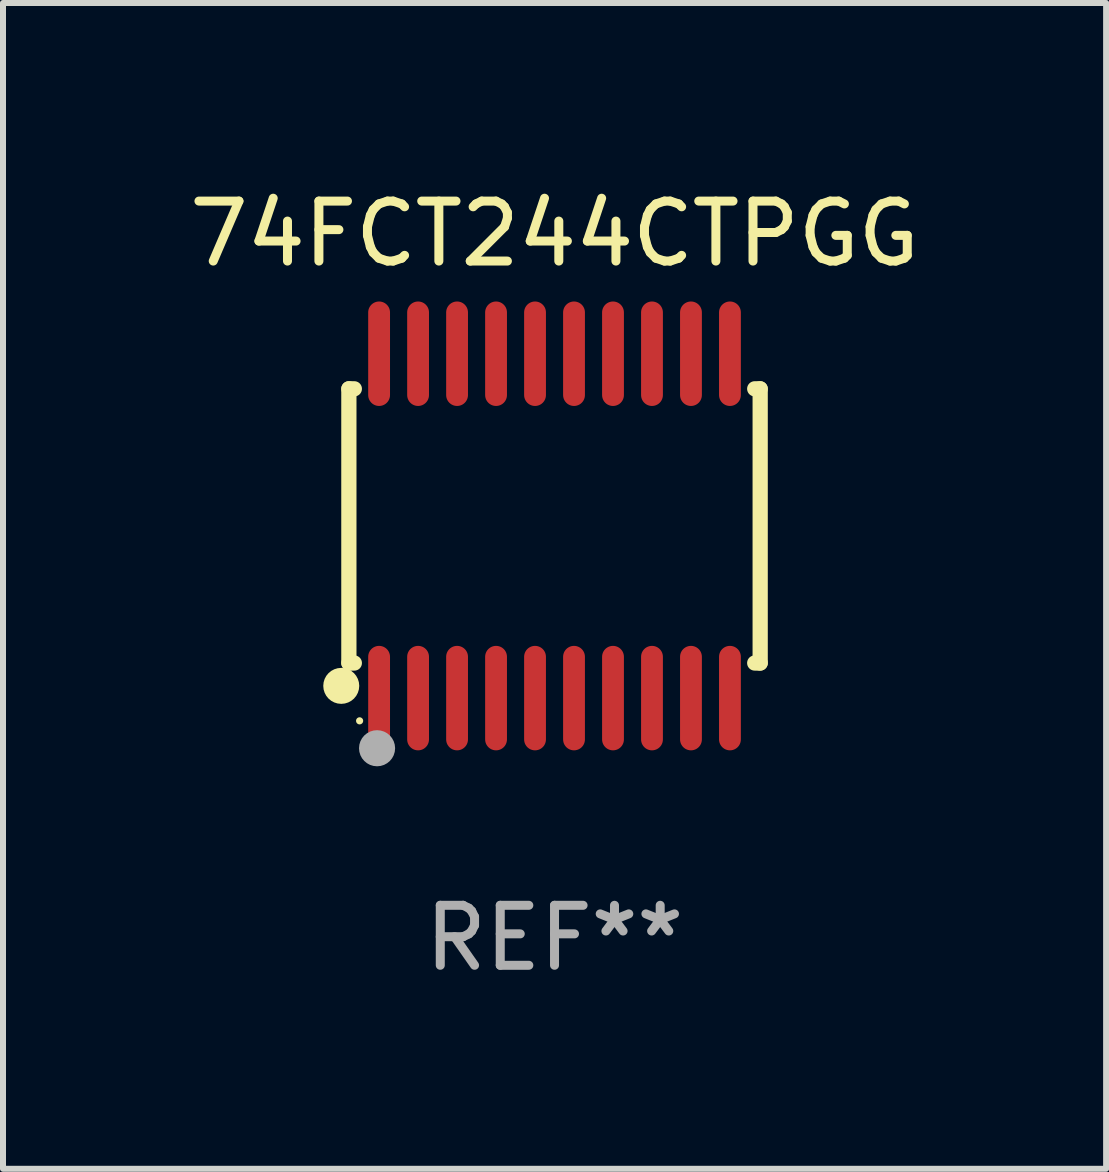
<source format=kicad_pcb>
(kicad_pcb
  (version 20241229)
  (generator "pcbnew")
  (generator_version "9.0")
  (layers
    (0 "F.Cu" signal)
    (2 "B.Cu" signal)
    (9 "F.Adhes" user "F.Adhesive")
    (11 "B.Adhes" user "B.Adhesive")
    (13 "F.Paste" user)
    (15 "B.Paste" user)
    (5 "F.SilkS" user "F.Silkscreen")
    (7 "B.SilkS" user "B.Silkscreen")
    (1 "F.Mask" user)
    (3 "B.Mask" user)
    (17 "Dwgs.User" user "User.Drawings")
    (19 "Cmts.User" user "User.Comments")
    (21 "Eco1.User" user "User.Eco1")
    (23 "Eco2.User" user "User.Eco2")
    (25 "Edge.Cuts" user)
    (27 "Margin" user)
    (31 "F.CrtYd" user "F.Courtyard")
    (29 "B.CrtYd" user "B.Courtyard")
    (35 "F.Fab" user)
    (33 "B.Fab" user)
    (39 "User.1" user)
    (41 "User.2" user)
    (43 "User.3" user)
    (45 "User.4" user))
  (footprint "74FCT244CTPGG"
    (layer "F.Cu")
    (at 6.196 5.719)
    (property "Reference" "74FCT244CTPGG" (at 0 -4.871 0) (layer "F.SilkS") (effects (font (size 1 1) (thickness 0.15))))
    (attr through_hole)
    (fp_line (start -3.429 -2.286) (end -3.429 2.286) (stroke (width 0.254) (type solid)) (layer "F.SilkS"))
    (fp_line (start -3.429 2.286) (end -3.338 2.286) (stroke (width 0.254) (type solid)) (layer "F.SilkS"))
    (fp_line (start -3.338 -2.286) (end -3.429 -2.286) (stroke (width 0.254) (type solid)) (layer "F.SilkS"))
    (fp_line (start 3.338 -2.286) (end 3.429 -2.286) (stroke (width 0.254) (type solid)) (layer "F.SilkS"))
    (fp_line (start 3.429 -2.286) (end 3.429 2.286) (stroke (width 0.254) (type solid)) (layer "F.SilkS"))
    (fp_line (start 3.429 2.286) (end 3.338 2.286) (stroke (width 0.254) (type solid)) (layer "F.SilkS"))
    (fp_circle (center -3.556 2.667) (end -3.406 2.667) (stroke (width 0.3) (type solid)) (fill no) (layer "F.SilkS"))
    (fp_circle (center -3.25 3.25) (end -3.22 3.25) (stroke (width 0.06) (type solid)) (fill no) (layer "F.SilkS"))
    (fp_circle (center -2.959 3.707) (end -2.808 3.707) (stroke (width 0.3) (type solid)) (fill no) (layer "F.Fab"))
    (fp_text user "REF**" (at 0 6.871 0) (layer "F.Fab") (effects (font (size 1 1) (thickness 0.15))))
    (pad "1" smd oval (at -2.925 2.871) (size 0.364 1.742) (layers "F.Cu" "F.Mask" "F.Paste"))
    (pad "2" smd oval (at -2.275 2.871) (size 0.364 1.742) (layers "F.Cu" "F.Mask" "F.Paste"))
    (pad "3" smd oval (at -1.625 2.871) (size 0.364 1.742) (layers "F.Cu" "F.Mask" "F.Paste"))
    (pad "4" smd oval (at -0.975 2.871) (size 0.364 1.742) (layers "F.Cu" "F.Mask" "F.Paste"))
    (pad "5" smd oval (at -0.325 2.871) (size 0.364 1.742) (layers "F.Cu" "F.Mask" "F.Paste"))
    (pad "6" smd oval (at 0.325 2.871) (size 0.364 1.742) (layers "F.Cu" "F.Mask" "F.Paste"))
    (pad "7" smd oval (at 0.975 2.871) (size 0.364 1.742) (layers "F.Cu" "F.Mask" "F.Paste"))
    (pad "8" smd oval (at 1.625 2.871) (size 0.364 1.742) (layers "F.Cu" "F.Mask" "F.Paste"))
    (pad "9" smd oval (at 2.275 2.871) (size 0.364 1.742) (layers "F.Cu" "F.Mask" "F.Paste"))
    (pad "10" smd oval (at 2.925 2.871) (size 0.364 1.742) (layers "F.Cu" "F.Mask" "F.Paste"))
    (pad "11" smd oval (at 2.925 -2.871) (size 0.364 1.742) (layers "F.Cu" "F.Mask" "F.Paste"))
    (pad "12" smd oval (at 2.275 -2.871) (size 0.364 1.742) (layers "F.Cu" "F.Mask" "F.Paste"))
    (pad "13" smd oval (at 1.625 -2.871) (size 0.364 1.742) (layers "F.Cu" "F.Mask" "F.Paste"))
    (pad "14" smd oval (at 0.975 -2.871) (size 0.364 1.742) (layers "F.Cu" "F.Mask" "F.Paste"))
    (pad "15" smd oval (at 0.325 -2.871) (size 0.364 1.742) (layers "F.Cu" "F.Mask" "F.Paste"))
    (pad "16" smd oval (at -0.325 -2.871) (size 0.364 1.742) (layers "F.Cu" "F.Mask" "F.Paste"))
    (pad "17" smd oval (at -0.975 -2.871) (size 0.364 1.742) (layers "F.Cu" "F.Mask" "F.Paste"))
    (pad "18" smd oval (at -1.625 -2.871) (size 0.364 1.742) (layers "F.Cu" "F.Mask" "F.Paste"))
    (pad "19" smd oval (at -2.275 -2.871) (size 0.364 1.742) (layers "F.Cu" "F.Mask" "F.Paste"))
    (pad "20" smd oval (at -2.925 -2.871) (size 0.364 1.742) (layers "F.Cu" "F.Mask" "F.Paste")))
  (gr_rect
    (start -3 -3)
    (end 15.393 16.438)
    (stroke (width 0.1) (type default))
    (fill no)
    (layer "Edge.Cuts")))
</source>
